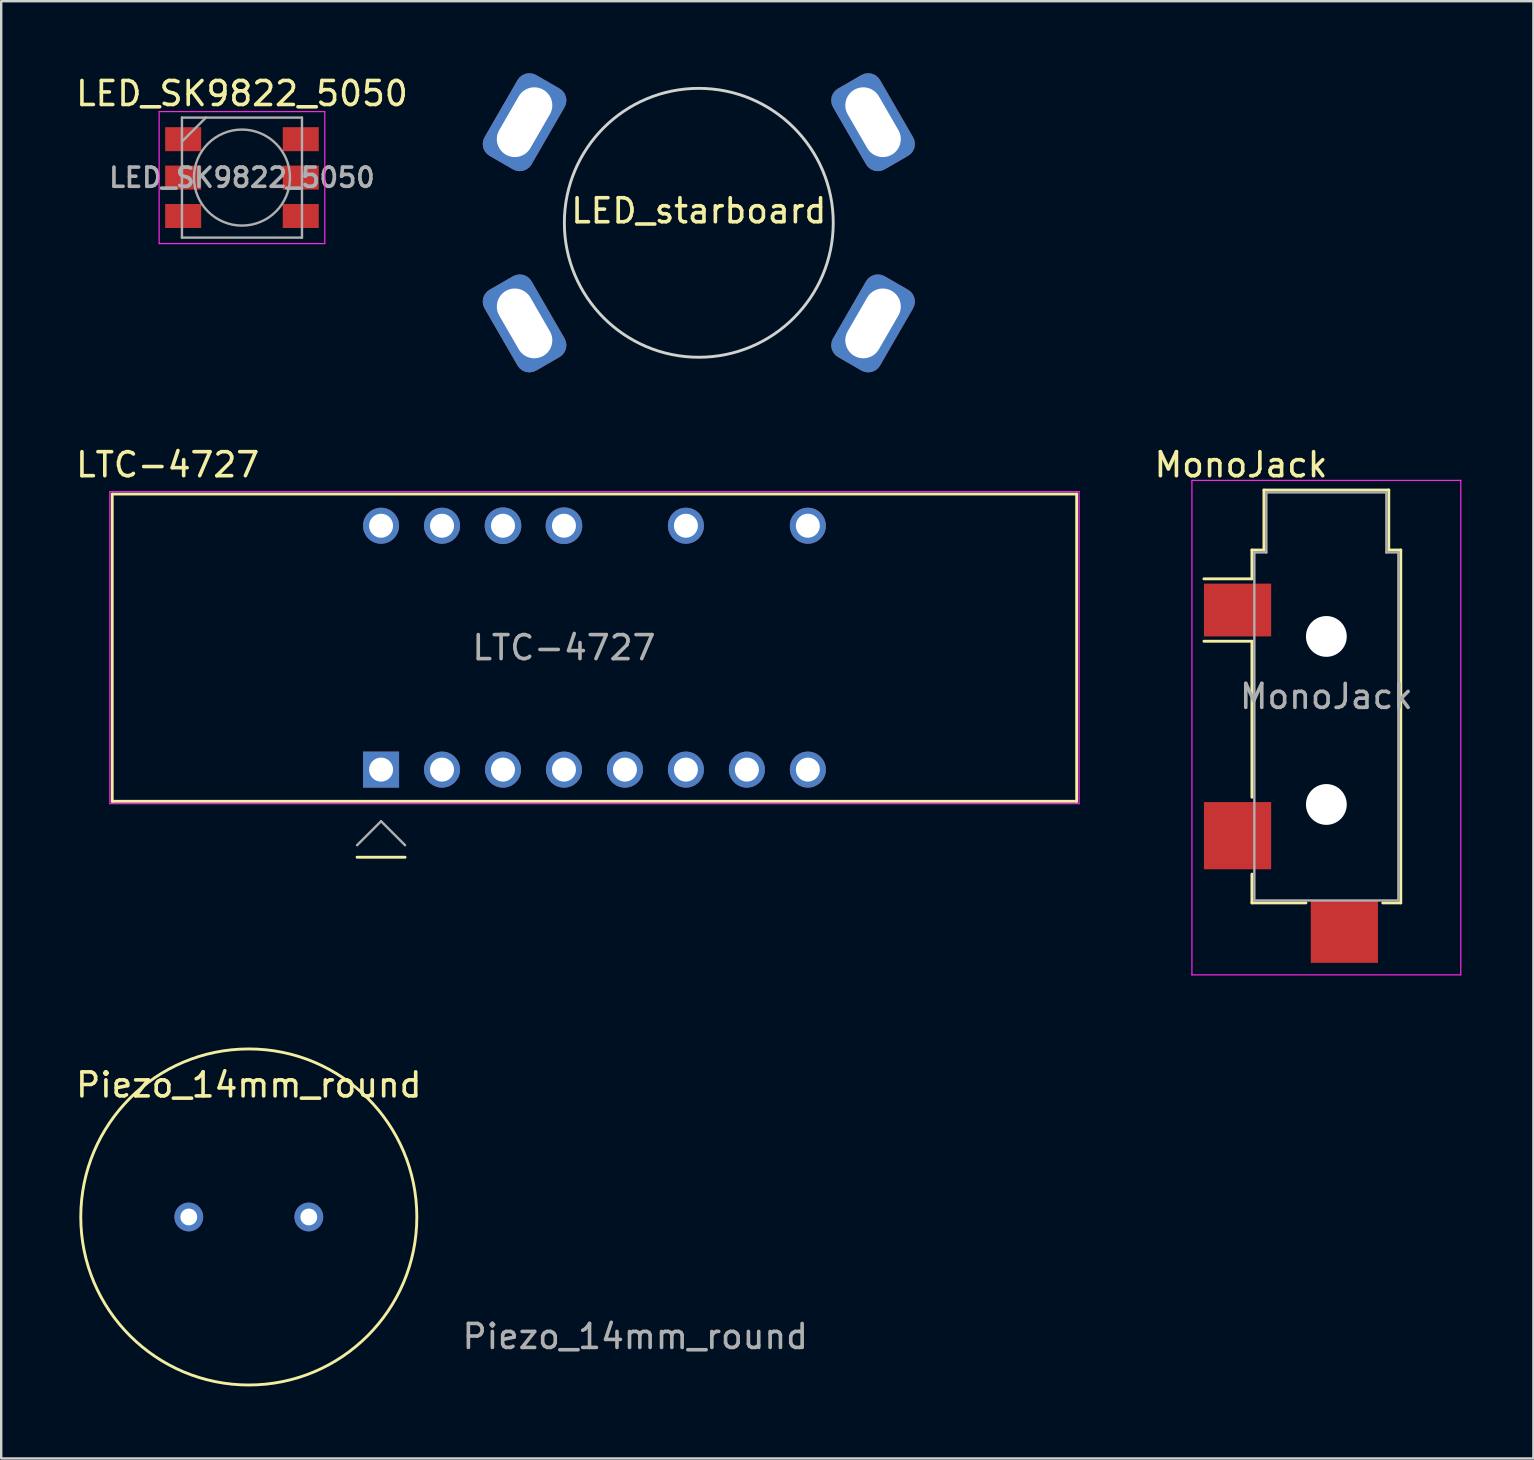
<source format=kicad_pcb>
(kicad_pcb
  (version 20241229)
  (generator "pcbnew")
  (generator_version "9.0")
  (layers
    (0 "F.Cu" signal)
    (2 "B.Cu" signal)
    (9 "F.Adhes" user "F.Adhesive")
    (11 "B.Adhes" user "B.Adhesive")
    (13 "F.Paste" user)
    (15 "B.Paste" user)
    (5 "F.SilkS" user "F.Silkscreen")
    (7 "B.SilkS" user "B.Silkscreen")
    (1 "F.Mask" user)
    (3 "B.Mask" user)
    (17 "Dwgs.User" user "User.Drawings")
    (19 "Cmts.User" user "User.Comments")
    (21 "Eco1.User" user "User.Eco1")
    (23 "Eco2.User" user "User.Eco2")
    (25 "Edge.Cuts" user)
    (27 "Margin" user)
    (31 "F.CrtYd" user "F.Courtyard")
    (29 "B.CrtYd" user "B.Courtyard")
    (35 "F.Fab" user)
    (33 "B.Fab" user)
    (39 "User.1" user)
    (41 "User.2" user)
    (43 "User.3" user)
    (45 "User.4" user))
  (footprint "LTC-4727"
    (layer "F.Cu")
    (at 21.715 23.932)
    (property "Reference" "LTC-4727" (at -17.78 -7.62 180) (layer "F.SilkS") (effects (font (size 1 1) (thickness 0.15))))
    (attr through_hole)
    (fp_line (start -20.09 6.4) (end -20.09 -6.4) (stroke (width 0.12) (type solid)) (layer "F.SilkS"))
    (fp_line (start -20.09 6.4) (end 20.09 6.4) (stroke (width 0.12) (type solid)) (layer "F.SilkS"))
    (fp_line (start -9.89 8.73) (end -7.89 8.73) (stroke (width 0.12) (type solid)) (layer "F.SilkS"))
    (fp_line (start 20.09 -6.4) (end -20.09 -6.4) (stroke (width 0.12) (type solid)) (layer "F.SilkS"))
    (fp_line (start 20.09 6.4) (end 20.09 -6.4) (stroke (width 0.12) (type solid)) (layer "F.SilkS"))
    (fp_line (start -20.19 -6.5) (end 20.19 -6.5) (stroke (width 0.05) (type solid)) (layer "F.CrtYd"))
    (fp_line (start -20.19 6.5) (end -20.19 -6.5) (stroke (width 0.05) (type solid)) (layer "F.CrtYd"))
    (fp_line (start 20.19 -6.5) (end 20.19 6.5) (stroke (width 0.05) (type solid)) (layer "F.CrtYd"))
    (fp_line (start 20.19 6.5) (end -20.19 6.5) (stroke (width 0.05) (type solid)) (layer "F.CrtYd"))
    (fp_line (start -8.89 7.23) (end -9.89 8.23) (stroke (width 0.1) (type solid)) (layer "F.Fab"))
    (fp_line (start -7.89 8.23) (end -8.89 7.23) (stroke (width 0.1) (type solid)) (layer "F.Fab"))
    (fp_text user "${REFERENCE}" (at -1.27 0 180) (layer "F.Fab") (effects (font (size 1 1) (thickness 0.15))))
    (pad "1" thru_hole rect (at -8.89 5.08 90) (size 1.5 1.5) (drill 1) (layers "*.Cu" "*.Mask"))
    (pad "2" thru_hole circle (at -6.35 5.08 90) (size 1.5 1.5) (drill 1) (layers "*.Cu" "*.Mask"))
    (pad "3" thru_hole circle (at -3.81 5.08 90) (size 1.5 1.5) (drill 1) (layers "*.Cu" "*.Mask"))
    (pad "4" thru_hole circle (at -1.27 5.08 90) (size 1.5 1.5) (drill 1) (layers "*.Cu" "*.Mask"))
    (pad "5" thru_hole circle (at 1.27 5.08 90) (size 1.5 1.5) (drill 1) (layers "*.Cu" "*.Mask"))
    (pad "6" thru_hole circle (at 3.81 5.08 90) (size 1.5 1.5) (drill 1) (layers "*.Cu" "*.Mask"))
    (pad "7" thru_hole circle (at 6.35 5.08 90) (size 1.5 1.5) (drill 1) (layers "*.Cu" "*.Mask"))
    (pad "8" thru_hole circle (at 8.89 5.08 90) (size 1.5 1.5) (drill 1) (layers "*.Cu" "*.Mask"))
    (pad "9" thru_hole circle (at 8.89 -5.08 90) (size 1.5 1.5) (drill 1) (layers "*.Cu" "*.Mask"))
    (pad "11" thru_hole circle (at 3.81 -5.08 90) (size 1.5 1.5) (drill 1) (layers "*.Cu" "*.Mask"))
    (pad "13" thru_hole circle (at -1.27 -5.08) (size 1.524 1.524) (drill 1) (layers "*.Cu" "*.Mask"))
    (pad "14" thru_hole circle (at -3.81 -5.08) (size 1.524 1.524) (drill 1) (layers "*.Cu" "*.Mask"))
    (pad "15" thru_hole circle (at -6.35 -5.08 90) (size 1.5 1.5) (drill 1) (layers "*.Cu" "*.Mask"))
    (pad "16" thru_hole circle (at -8.89 -5.08 90) (size 1.5 1.5) (drill 1) (layers "*.Cu" "*.Mask")))
  (footprint "MonoJack"
    (layer "F.Cu")
    (at 52.206 25.964)
    (property "Reference" "MonoJack" (at -3.556 -9.652 0) (layer "F.SilkS") (effects (font (size 1 1) (thickness 0.15))))
    (attr through_hole)
    (fp_line (start -3.1 -6.1) (end -2.6 -6.1) (stroke (width 0.12) (type solid)) (layer "F.SilkS"))
    (fp_line (start -3.1 -4.9) (end -5.1 -4.9) (stroke (width 0.12) (type solid)) (layer "F.SilkS"))
    (fp_line (start -3.1 -4.9) (end -3.1 -6.1) (stroke (width 0.12) (type solid)) (layer "F.SilkS"))
    (fp_line (start -3.1 -2.3) (end -5.1 -2.3) (stroke (width 0.12) (type solid)) (layer "F.SilkS"))
    (fp_line (start -3.1 4.2) (end -3.1 -2.3) (stroke (width 0.12) (type solid)) (layer "F.SilkS"))
    (fp_line (start -3.1 8.6) (end -3.1 7.4) (stroke (width 0.12) (type solid)) (layer "F.SilkS"))
    (fp_line (start -2.6 -8.6) (end 2.6 -8.6) (stroke (width 0.12) (type solid)) (layer "F.SilkS"))
    (fp_line (start -2.6 -6.1) (end -2.6 -8.6) (stroke (width 0.12) (type solid)) (layer "F.SilkS"))
    (fp_line (start -0.85 8.6) (end -3.1 8.6) (stroke (width 0.12) (type solid)) (layer "F.SilkS"))
    (fp_line (start 2.6 -8.6) (end 2.6 -6.1) (stroke (width 0.12) (type solid)) (layer "F.SilkS"))
    (fp_line (start 2.6 -6.1) (end 3.1 -6.1) (stroke (width 0.12) (type solid)) (layer "F.SilkS"))
    (fp_line (start 3.1 -6.1) (end 3.1 8.6) (stroke (width 0.12) (type solid)) (layer "F.SilkS"))
    (fp_line (start 3.1 8.6) (end 2.35 8.6) (stroke (width 0.12) (type solid)) (layer "F.SilkS"))
    (fp_line (start -5.6 -9) (end 5.6 -9) (stroke (width 0.05) (type solid)) (layer "F.CrtYd"))
    (fp_line (start -5.6 11.6) (end -5.6 -9) (stroke (width 0.05) (type solid)) (layer "F.CrtYd"))
    (fp_line (start 5.6 -9) (end 5.6 11.6) (stroke (width 0.05) (type solid)) (layer "F.CrtYd"))
    (fp_line (start 5.6 11.6) (end -5.6 11.6) (stroke (width 0.05) (type solid)) (layer "F.CrtYd"))
    (fp_line (start -3 -6) (end -2.5 -6) (stroke (width 0.1) (type solid)) (layer "F.Fab"))
    (fp_line (start -3 8.5) (end -3 -6) (stroke (width 0.1) (type solid)) (layer "F.Fab"))
    (fp_line (start -2.5 -8.5) (end 2.5 -8.5) (stroke (width 0.1) (type solid)) (layer "F.Fab"))
    (fp_line (start -2.5 -6) (end -2.5 -8.5) (stroke (width 0.1) (type solid)) (layer "F.Fab"))
    (fp_line (start 2.5 -8.5) (end 2.5 -6) (stroke (width 0.1) (type solid)) (layer "F.Fab"))
    (fp_line (start 2.5 -6) (end 3 -6) (stroke (width 0.1) (type solid)) (layer "F.Fab"))
    (fp_line (start 3 -6) (end 3 8.5) (stroke (width 0.1) (type solid)) (layer "F.Fab"))
    (fp_line (start 3 8.5) (end -3 8.5) (stroke (width 0.1) (type solid)) (layer "F.Fab"))
    (fp_text user "${REFERENCE}" (at 0 0 0) (layer "F.Fab") (effects (font (size 1 1) (thickness 0.15))))
    (pad "" np_thru_hole circle (at 0 -2.5) (size 1.7 1.7) (drill 1.7) (layers "*.Cu" "*.Mask"))
    (pad "" np_thru_hole circle (at 0 4.5) (size 1.7 1.7) (drill 1.7) (layers "*.Cu" "*.Mask"))
    (pad "S" smd rect (at -3.7 -3.6) (size 2.8 2.2) (layers "F.Cu" "F.Mask" "F.Paste"))
    (pad "T" smd rect (at -3.7 5.8) (size 2.8 2.8) (layers "F.Cu" "F.Mask" "F.Paste"))
    (pad "TN" smd rect (at 0.75 9.8) (size 2.8 2.6) (layers "F.Cu" "F.Mask" "F.Paste")))
  (footprint "Piezo_14mm_round"
    (layer "F.Cu")
    (at 7.315 47.649)
    (property "Reference" "Piezo_14mm_round" (at 0 -5.5 0) (layer "F.SilkS") (effects (font (size 1 1) (thickness 0.15))))
    (attr through_hole)
    (fp_circle (center 0 0) (end 7 0) (stroke (width 0.12) (type default)) (fill no) (layer "F.SilkS"))
    (fp_text user "${REFERENCE}" (at 16.1 4.98 180) (layer "F.Fab") (effects (font (size 1 1) (thickness 0.15))))
    (pad "1" thru_hole circle (at -2.5 0 90) (size 1.2 1.2) (drill 0.7) (layers "*.Cu" "*.Mask"))
    (pad "2" thru_hole circle (at 2.5 0 90) (size 1.2 1.2) (drill 0.7) (layers "*.Cu" "*.Mask")))
  (footprint "LED_starboard"
    (layer "F.Cu")
    (at 26.062 6.232)
    (property "Reference" "LED_starboard" (at 0 -0.5 0) (unlocked yes) (layer "F.SilkS") (effects (font (size 1 1) (thickness 0.15))))
    (attr smd)
    (fp_circle (center 0 0) (end -3.048 -4.699) (stroke (width 0.12) (type default)) (fill no) (layer "Edge.Cuts"))
    (pad "1" thru_hole roundrect (at -7.259 -4.191 60) (size 3.886 2.261) (drill oval 3.124 1.499) (layers "*.Cu" "*.Mask") (roundrect_rratio 0.25))
    (pad "1" thru_hole roundrect (at 7.259 -4.191 300) (size 3.886 2.261) (drill oval 3.124 1.499) (layers "*.Cu" "*.Mask") (roundrect_rratio 0.25))
    (pad "2" thru_hole roundrect (at -7.259 4.191 120) (size 3.886 2.261) (drill oval 3.124 1.499) (layers "*.Cu" "*.Mask") (roundrect_rratio 0.25))
    (pad "2" thru_hole roundrect (at 7.259 4.191 240) (size 3.886 2.261) (drill oval 3.124 1.499) (layers "*.Cu" "*.Mask") (roundrect_rratio 0.25)))
  (footprint "LED_SK9822_5050"
    (layer "F.Cu")
    (at 7.03 4.348)
    (property "Reference" "LED_SK9822_5050" (at 0 -3.5 0) (layer "F.SilkS") (effects (font (size 1 1) (thickness 0.15))))
    (attr smd)
    (fp_line (start -3.45 -2.75) (end -3.45 2.75) (stroke (width 0.05) (type solid)) (layer "F.CrtYd"))
    (fp_line (start -3.45 2.75) (end 3.45 2.75) (stroke (width 0.05) (type solid)) (layer "F.CrtYd"))
    (fp_line (start 3.45 -2.75) (end -3.45 -2.75) (stroke (width 0.05) (type solid)) (layer "F.CrtYd"))
    (fp_line (start 3.45 2.75) (end 3.45 -2.75) (stroke (width 0.05) (type solid)) (layer "F.CrtYd"))
    (fp_line (start -2.5 -2.5) (end 2.5 -2.5) (stroke (width 0.1) (type solid)) (layer "F.Fab"))
    (fp_line (start -2.5 -1.5) (end -1.5 -2.5) (stroke (width 0.1) (type solid)) (layer "F.Fab"))
    (fp_line (start -2.5 2.5) (end -2.5 -2.5) (stroke (width 0.1) (type solid)) (layer "F.Fab"))
    (fp_line (start 2.5 -2.5) (end 2.5 2.5) (stroke (width 0.1) (type solid)) (layer "F.Fab"))
    (fp_line (start 2.5 2.5) (end -2.5 2.5) (stroke (width 0.1) (type solid)) (layer "F.Fab"))
    (fp_circle (center 0 0) (end 0 -2) (stroke (width 0.1) (type solid)) (fill no) (layer "F.Fab"))
    (fp_text user "${REFERENCE}" (at 0 0 0) (layer "F.Fab") (effects (font (size 0.8 0.8) (thickness 0.15))))
    (pad "1" smd rect (at -2.45 -1.6) (size 1.5 1) (layers "F.Cu" "F.Mask" "F.Paste"))
    (pad "2" smd rect (at -2.45 0) (size 1.5 1) (layers "F.Cu" "F.Mask" "F.Paste"))
    (pad "3" smd rect (at -2.45 1.6) (size 1.5 1) (layers "F.Cu" "F.Mask" "F.Paste"))
    (pad "4" smd rect (at 2.45 1.6) (size 1.5 1) (layers "F.Cu" "F.Mask" "F.Paste"))
    (pad "5" smd rect (at 2.45 0) (size 1.5 1) (layers "F.Cu" "F.Mask" "F.Paste"))
    (pad "6" smd rect (at 2.45 -1.6) (size 1.5 1) (layers "F.Cu" "F.Mask" "F.Paste")))
  (gr_rect
    (start -3 -3)
    (end 60.831 57.709)
    (stroke (width 0.1) (type default))
    (fill no)
    (layer "Edge.Cuts")))
</source>
